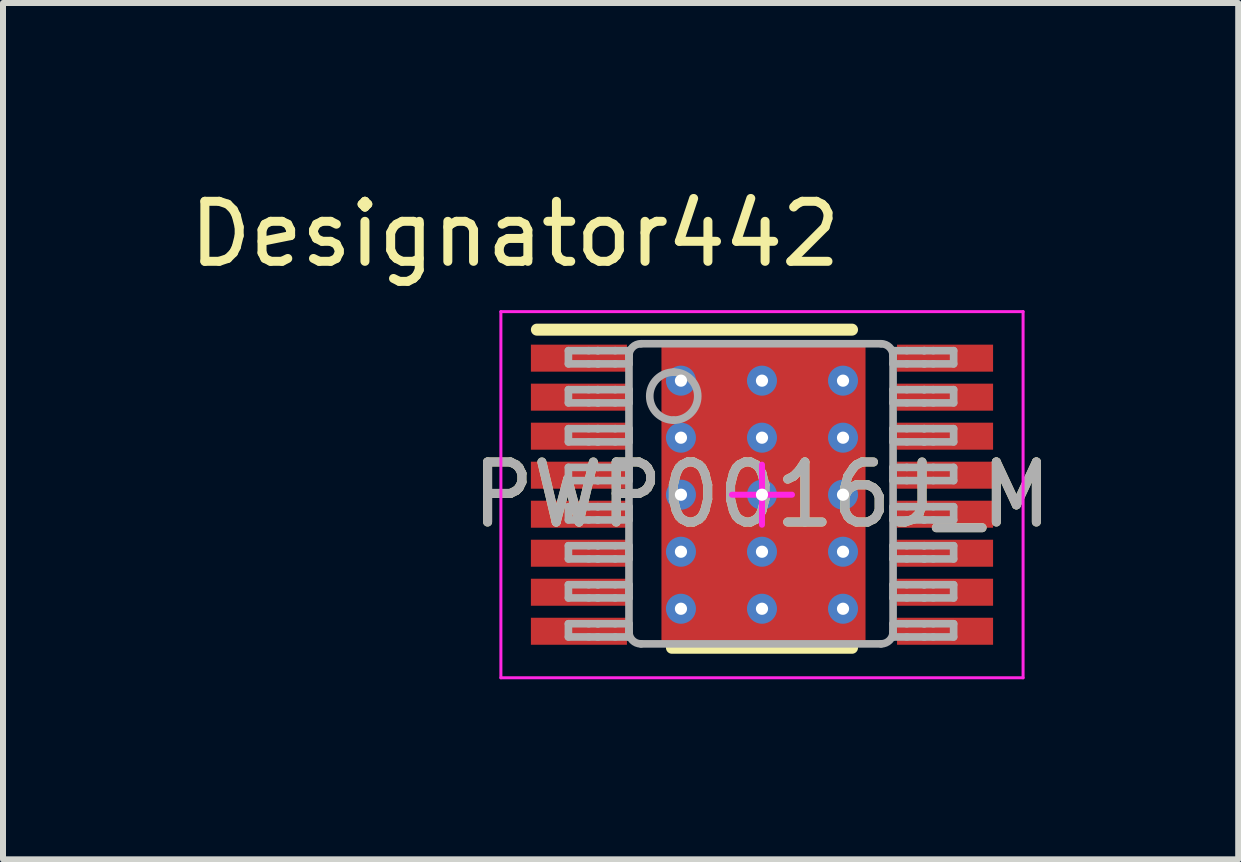
<source format=kicad_pcb>
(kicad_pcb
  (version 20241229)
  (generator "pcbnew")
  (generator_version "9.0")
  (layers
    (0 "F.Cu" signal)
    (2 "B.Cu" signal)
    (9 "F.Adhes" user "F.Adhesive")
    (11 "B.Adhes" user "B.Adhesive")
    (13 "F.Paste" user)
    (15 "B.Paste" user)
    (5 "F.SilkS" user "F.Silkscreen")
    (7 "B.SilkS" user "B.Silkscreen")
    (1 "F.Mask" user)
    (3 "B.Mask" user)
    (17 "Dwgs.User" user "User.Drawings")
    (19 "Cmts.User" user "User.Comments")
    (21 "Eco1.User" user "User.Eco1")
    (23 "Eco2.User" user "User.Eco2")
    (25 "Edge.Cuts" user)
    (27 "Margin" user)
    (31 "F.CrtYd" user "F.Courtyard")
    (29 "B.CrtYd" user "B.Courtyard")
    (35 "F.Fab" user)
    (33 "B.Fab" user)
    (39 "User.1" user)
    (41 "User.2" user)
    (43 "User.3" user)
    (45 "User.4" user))
  (footprint "PWP0016J_M"
    (layer "F.Cu")
    (at 9.645 5.192)
    (property "Reference" "PWP0016J_M" (at 0 0 0) (unlocked yes) (layer "F.SilkS") (effects (font (size 1 1) (thickness 0.15))))
    (attr smd)
    (fp_poly (pts (xy -1.23 1.726) (xy -1.23 -1.726) (xy -1.229 -1.735) (xy -1.226 -1.745) (xy -1.222 -1.753) (xy -1.216 -1.761) (xy -1.208 -1.767) (xy -1.2 -1.771) (xy -1.19 -1.774) (xy -1.181 -1.775) (xy 1.181 -1.775) (xy 1.19 -1.774) (xy 1.2 -1.771) (xy 1.208 -1.767) (xy 1.216 -1.761) (xy 1.222 -1.753) (xy 1.226 -1.745) (xy 1.229 -1.735) (xy 1.23 -1.726) (xy 1.23 1.726) (xy 1.229 1.735) (xy 1.226 1.745) (xy 1.222 1.753) (xy 1.216 1.761) (xy 1.208 1.767) (xy 1.2 1.771) (xy 1.19 1.774) (xy 1.181 1.775) (xy -1.181 1.775) (xy -1.19 1.774) (xy -1.2 1.771) (xy -1.208 1.767) (xy -1.216 1.761) (xy -1.222 1.753) (xy -1.226 1.745) (xy -1.229 1.735)) (stroke (width 0) (type solid)) (fill yes) (layer "F.Mask"))
    (fp_line (start -3.75 -2.75) (end 1.5 -2.75) (stroke (width 0.2) (type solid)) (layer "F.SilkS"))
    (fp_line (start -1.5 2.55) (end 1.5 2.55) (stroke (width 0.2) (type solid)) (layer "F.SilkS"))
    (fp_poly (pts (xy -1.23 1.726) (xy -1.23 -1.726) (xy -1.229 -1.735) (xy -1.226 -1.745) (xy -1.222 -1.753) (xy -1.216 -1.761) (xy -1.208 -1.767) (xy -1.2 -1.771) (xy -1.19 -1.774) (xy -1.181 -1.775) (xy 1.181 -1.775) (xy 1.19 -1.774) (xy 1.2 -1.771) (xy 1.208 -1.767) (xy 1.216 -1.761) (xy 1.222 -1.753) (xy 1.226 -1.745) (xy 1.229 -1.735) (xy 1.23 -1.726) (xy 1.23 1.726) (xy 1.229 1.735) (xy 1.226 1.745) (xy 1.222 1.753) (xy 1.216 1.761) (xy 1.208 1.767) (xy 1.2 1.771) (xy 1.19 1.774) (xy 1.181 1.775) (xy -1.181 1.775) (xy -1.19 1.774) (xy -1.2 1.771) (xy -1.208 1.767) (xy -1.216 1.761) (xy -1.222 1.753) (xy -1.226 1.745) (xy -1.229 1.735)) (stroke (width 0) (type solid)) (fill yes) (layer "F.Paste"))
    (fp_line (start -4.35 -3.05) (end 4.35 -3.05) (stroke (width 0.05) (type solid)) (layer "F.CrtYd"))
    (fp_line (start -4.35 3.05) (end -4.35 -3.05) (stroke (width 0.05) (type solid)) (layer "F.CrtYd"))
    (fp_line (start -4.35 3.05) (end 4.35 3.05) (stroke (width 0.05) (type solid)) (layer "F.CrtYd"))
    (fp_line (start -0.5 0) (end 0.5 0) (stroke (width 0.1) (type solid)) (layer "F.CrtYd"))
    (fp_line (start 0 0.5) (end 0 -0.5) (stroke (width 0.1) (type solid)) (layer "F.CrtYd"))
    (fp_line (start 4.35 3.05) (end 4.35 -3.05) (stroke (width 0.05) (type solid)) (layer "F.CrtYd"))
    (fp_line (start -3.225 -2.4) (end -2.887 -2.4) (stroke (width 0.127) (type solid)) (layer "F.Fab"))
    (fp_line (start -3.225 -2.18) (end -3.225 -2.4) (stroke (width 0.127) (type solid)) (layer "F.Fab"))
    (fp_line (start -3.225 -2.18) (end -2.887 -2.18) (stroke (width 0.127) (type solid)) (layer "F.Fab"))
    (fp_line (start -3.225 -1.75) (end -2.887 -1.75) (stroke (width 0.127) (type solid)) (layer "F.Fab"))
    (fp_line (start -3.225 -1.53) (end -3.225 -1.75) (stroke (width 0.127) (type solid)) (layer "F.Fab"))
    (fp_line (start -3.225 -1.53) (end -2.887 -1.53) (stroke (width 0.127) (type solid)) (layer "F.Fab"))
    (fp_line (start -3.225 -1.1) (end -2.887 -1.1) (stroke (width 0.127) (type solid)) (layer "F.Fab"))
    (fp_line (start -3.225 -0.88) (end -3.225 -1.1) (stroke (width 0.127) (type solid)) (layer "F.Fab"))
    (fp_line (start -3.225 -0.88) (end -2.887 -0.88) (stroke (width 0.127) (type solid)) (layer "F.Fab"))
    (fp_line (start -3.225 -0.455) (end -2.887 -0.455) (stroke (width 0.127) (type solid)) (layer "F.Fab"))
    (fp_line (start -3.225 -0.235) (end -3.225 -0.455) (stroke (width 0.127) (type solid)) (layer "F.Fab"))
    (fp_line (start -3.225 -0.235) (end -2.887 -0.235) (stroke (width 0.127) (type solid)) (layer "F.Fab"))
    (fp_line (start -3.225 0.2) (end -2.887 0.2) (stroke (width 0.127) (type solid)) (layer "F.Fab"))
    (fp_line (start -3.225 0.42) (end -3.225 0.2) (stroke (width 0.127) (type solid)) (layer "F.Fab"))
    (fp_line (start -3.225 0.42) (end -2.887 0.42) (stroke (width 0.127) (type solid)) (layer "F.Fab"))
    (fp_line (start -3.225 0.85) (end -2.887 0.85) (stroke (width 0.127) (type solid)) (layer "F.Fab"))
    (fp_line (start -3.225 1.07) (end -3.225 0.85) (stroke (width 0.127) (type solid)) (layer "F.Fab"))
    (fp_line (start -3.225 1.07) (end -2.887 1.07) (stroke (width 0.127) (type solid)) (layer "F.Fab"))
    (fp_line (start -3.225 1.5) (end -2.887 1.5) (stroke (width 0.127) (type solid)) (layer "F.Fab"))
    (fp_line (start -3.225 1.72) (end -3.225 1.5) (stroke (width 0.127) (type solid)) (layer "F.Fab"))
    (fp_line (start -3.225 1.72) (end -2.887 1.72) (stroke (width 0.127) (type solid)) (layer "F.Fab"))
    (fp_line (start -3.225 2.15) (end -2.887 2.15) (stroke (width 0.127) (type solid)) (layer "F.Fab"))
    (fp_line (start -3.225 2.37) (end -3.225 2.15) (stroke (width 0.127) (type solid)) (layer "F.Fab"))
    (fp_line (start -3.225 2.37) (end -2.887 2.37) (stroke (width 0.127) (type solid)) (layer "F.Fab"))
    (fp_line (start -2.887 -2.4) (end -2.739 -2.4) (stroke (width 0.127) (type solid)) (layer "F.Fab"))
    (fp_line (start -2.887 -2.18) (end -2.739 -2.18) (stroke (width 0.127) (type solid)) (layer "F.Fab"))
    (fp_line (start -2.887 -1.75) (end -2.739 -1.75) (stroke (width 0.127) (type solid)) (layer "F.Fab"))
    (fp_line (start -2.887 -1.53) (end -2.739 -1.53) (stroke (width 0.127) (type solid)) (layer "F.Fab"))
    (fp_line (start -2.887 -1.1) (end -2.739 -1.1) (stroke (width 0.127) (type solid)) (layer "F.Fab"))
    (fp_line (start -2.887 -0.88) (end -2.739 -0.88) (stroke (width 0.127) (type solid)) (layer "F.Fab"))
    (fp_line (start -2.887 -0.455) (end -2.739 -0.455) (stroke (width 0.127) (type solid)) (layer "F.Fab"))
    (fp_line (start -2.887 -0.235) (end -2.739 -0.235) (stroke (width 0.127) (type solid)) (layer "F.Fab"))
    (fp_line (start -2.887 0.2) (end -2.739 0.2) (stroke (width 0.127) (type solid)) (layer "F.Fab"))
    (fp_line (start -2.887 0.42) (end -2.739 0.42) (stroke (width 0.127) (type solid)) (layer "F.Fab"))
    (fp_line (start -2.887 0.85) (end -2.739 0.85) (stroke (width 0.127) (type solid)) (layer "F.Fab"))
    (fp_line (start -2.887 1.07) (end -2.739 1.07) (stroke (width 0.127) (type solid)) (layer "F.Fab"))
    (fp_line (start -2.887 1.5) (end -2.739 1.5) (stroke (width 0.127) (type solid)) (layer "F.Fab"))
    (fp_line (start -2.887 1.72) (end -2.739 1.72) (stroke (width 0.127) (type solid)) (layer "F.Fab"))
    (fp_line (start -2.887 2.15) (end -2.739 2.15) (stroke (width 0.127) (type solid)) (layer "F.Fab"))
    (fp_line (start -2.887 2.37) (end -2.739 2.37) (stroke (width 0.127) (type solid)) (layer "F.Fab"))
    (fp_line (start -2.739 -2.4) (end -2.73 -2.4) (stroke (width 0.127) (type solid)) (layer "F.Fab"))
    (fp_line (start -2.739 -2.18) (end -2.73 -2.18) (stroke (width 0.127) (type solid)) (layer "F.Fab"))
    (fp_line (start -2.739 -1.75) (end -2.73 -1.75) (stroke (width 0.127) (type solid)) (layer "F.Fab"))
    (fp_line (start -2.739 -1.53) (end -2.73 -1.53) (stroke (width 0.127) (type solid)) (layer "F.Fab"))
    (fp_line (start -2.739 -1.1) (end -2.73 -1.1) (stroke (width 0.127) (type solid)) (layer "F.Fab"))
    (fp_line (start -2.739 -0.88) (end -2.73 -0.88) (stroke (width 0.127) (type solid)) (layer "F.Fab"))
    (fp_line (start -2.739 -0.455) (end -2.73 -0.455) (stroke (width 0.127) (type solid)) (layer "F.Fab"))
    (fp_line (start -2.739 -0.235) (end -2.73 -0.235) (stroke (width 0.127) (type solid)) (layer "F.Fab"))
    (fp_line (start -2.739 0.2) (end -2.73 0.2) (stroke (width 0.127) (type solid)) (layer "F.Fab"))
    (fp_line (start -2.739 0.42) (end -2.73 0.42) (stroke (width 0.127) (type solid)) (layer "F.Fab"))
    (fp_line (start -2.739 0.85) (end -2.73 0.85) (stroke (width 0.127) (type solid)) (layer "F.Fab"))
    (fp_line (start -2.739 1.07) (end -2.73 1.07) (stroke (width 0.127) (type solid)) (layer "F.Fab"))
    (fp_line (start -2.739 1.5) (end -2.73 1.5) (stroke (width 0.127) (type solid)) (layer "F.Fab"))
    (fp_line (start -2.739 1.72) (end -2.73 1.72) (stroke (width 0.127) (type solid)) (layer "F.Fab"))
    (fp_line (start -2.739 2.15) (end -2.73 2.15) (stroke (width 0.127) (type solid)) (layer "F.Fab"))
    (fp_line (start -2.739 2.37) (end -2.73 2.37) (stroke (width 0.127) (type solid)) (layer "F.Fab"))
    (fp_line (start -2.73 -2.4) (end -2.446 -2.4) (stroke (width 0.127) (type solid)) (layer "F.Fab"))
    (fp_line (start -2.73 -2.18) (end -2.446 -2.18) (stroke (width 0.127) (type solid)) (layer "F.Fab"))
    (fp_line (start -2.73 -1.75) (end -2.446 -1.75) (stroke (width 0.127) (type solid)) (layer "F.Fab"))
    (fp_line (start -2.73 -1.53) (end -2.446 -1.53) (stroke (width 0.127) (type solid)) (layer "F.Fab"))
    (fp_line (start -2.73 -1.1) (end -2.446 -1.1) (stroke (width 0.127) (type solid)) (layer "F.Fab"))
    (fp_line (start -2.73 -0.88) (end -2.446 -0.88) (stroke (width 0.127) (type solid)) (layer "F.Fab"))
    (fp_line (start -2.73 -0.455) (end -2.446 -0.455) (stroke (width 0.127) (type solid)) (layer "F.Fab"))
    (fp_line (start -2.73 -0.235) (end -2.446 -0.235) (stroke (width 0.127) (type solid)) (layer "F.Fab"))
    (fp_line (start -2.73 0.2) (end -2.446 0.2) (stroke (width 0.127) (type solid)) (layer "F.Fab"))
    (fp_line (start -2.73 0.42) (end -2.446 0.42) (stroke (width 0.127) (type solid)) (layer "F.Fab"))
    (fp_line (start -2.73 0.85) (end -2.446 0.85) (stroke (width 0.127) (type solid)) (layer "F.Fab"))
    (fp_line (start -2.73 1.07) (end -2.446 1.07) (stroke (width 0.127) (type solid)) (layer "F.Fab"))
    (fp_line (start -2.73 1.5) (end -2.446 1.5) (stroke (width 0.127) (type solid)) (layer "F.Fab"))
    (fp_line (start -2.73 1.72) (end -2.446 1.72) (stroke (width 0.127) (type solid)) (layer "F.Fab"))
    (fp_line (start -2.73 2.15) (end -2.446 2.15) (stroke (width 0.127) (type solid)) (layer "F.Fab"))
    (fp_line (start -2.73 2.37) (end -2.446 2.37) (stroke (width 0.127) (type solid)) (layer "F.Fab"))
    (fp_line (start -2.446 -2.4) (end -2.216 -2.4) (stroke (width 0.127) (type solid)) (layer "F.Fab"))
    (fp_line (start -2.446 -2.18) (end -2.216 -2.18) (stroke (width 0.127) (type solid)) (layer "F.Fab"))
    (fp_line (start -2.446 -1.75) (end -2.216 -1.75) (stroke (width 0.127) (type solid)) (layer "F.Fab"))
    (fp_line (start -2.446 -1.53) (end -2.216 -1.53) (stroke (width 0.127) (type solid)) (layer "F.Fab"))
    (fp_line (start -2.446 -1.1) (end -2.216 -1.1) (stroke (width 0.127) (type solid)) (layer "F.Fab"))
    (fp_line (start -2.446 -0.88) (end -2.216 -0.88) (stroke (width 0.127) (type solid)) (layer "F.Fab"))
    (fp_line (start -2.446 -0.455) (end -2.216 -0.455) (stroke (width 0.127) (type solid)) (layer "F.Fab"))
    (fp_line (start -2.446 -0.235) (end -2.216 -0.235) (stroke (width 0.127) (type solid)) (layer "F.Fab"))
    (fp_line (start -2.446 0.2) (end -2.216 0.2) (stroke (width 0.127) (type solid)) (layer "F.Fab"))
    (fp_line (start -2.446 0.42) (end -2.216 0.42) (stroke (width 0.127) (type solid)) (layer "F.Fab"))
    (fp_line (start -2.446 0.85) (end -2.216 0.85) (stroke (width 0.127) (type solid)) (layer "F.Fab"))
    (fp_line (start -2.446 1.07) (end -2.216 1.07) (stroke (width 0.127) (type solid)) (layer "F.Fab"))
    (fp_line (start -2.446 1.5) (end -2.216 1.5) (stroke (width 0.127) (type solid)) (layer "F.Fab"))
    (fp_line (start -2.446 1.72) (end -2.216 1.72) (stroke (width 0.127) (type solid)) (layer "F.Fab"))
    (fp_line (start -2.446 2.15) (end -2.216 2.15) (stroke (width 0.127) (type solid)) (layer "F.Fab"))
    (fp_line (start -2.446 2.37) (end -2.216 2.37) (stroke (width 0.127) (type solid)) (layer "F.Fab"))
    (fp_line (start -2.216 -2.18) (end -2.216 -2.4) (stroke (width 0.127) (type solid)) (layer "F.Fab"))
    (fp_line (start -2.216 -1.53) (end -2.216 -1.75) (stroke (width 0.127) (type solid)) (layer "F.Fab"))
    (fp_line (start -2.216 -0.88) (end -2.216 -1.1) (stroke (width 0.127) (type solid)) (layer "F.Fab"))
    (fp_line (start -2.216 -0.235) (end -2.216 -0.455) (stroke (width 0.127) (type solid)) (layer "F.Fab"))
    (fp_line (start -2.216 0.42) (end -2.216 0.2) (stroke (width 0.127) (type solid)) (layer "F.Fab"))
    (fp_line (start -2.216 1.07) (end -2.216 0.85) (stroke (width 0.127) (type solid)) (layer "F.Fab"))
    (fp_line (start -2.216 1.72) (end -2.216 1.5) (stroke (width 0.127) (type solid)) (layer "F.Fab"))
    (fp_line (start -2.216 2.285) (end -2.216 -2.315) (stroke (width 0.127) (type solid)) (layer "F.Fab"))
    (fp_line (start -2.216 2.37) (end -2.216 2.15) (stroke (width 0.127) (type solid)) (layer "F.Fab"))
    (fp_line (start -2.016 -2.515) (end 1.984 -2.515) (stroke (width 0.127) (type solid)) (layer "F.Fab"))
    (fp_line (start -2.016 2.485) (end 1.984 2.485) (stroke (width 0.127) (type solid)) (layer "F.Fab"))
    (fp_line (start 2.184 -2.4) (end 2.413 -2.4) (stroke (width 0.127) (type solid)) (layer "F.Fab"))
    (fp_line (start 2.184 -2.18) (end 2.184 -2.4) (stroke (width 0.127) (type solid)) (layer "F.Fab"))
    (fp_line (start 2.184 -2.18) (end 2.413 -2.18) (stroke (width 0.127) (type solid)) (layer "F.Fab"))
    (fp_line (start 2.184 -1.75) (end 2.413 -1.75) (stroke (width 0.127) (type solid)) (layer "F.Fab"))
    (fp_line (start 2.184 -1.53) (end 2.184 -1.75) (stroke (width 0.127) (type solid)) (layer "F.Fab"))
    (fp_line (start 2.184 -1.53) (end 2.413 -1.53) (stroke (width 0.127) (type solid)) (layer "F.Fab"))
    (fp_line (start 2.184 -1.1) (end 2.413 -1.1) (stroke (width 0.127) (type solid)) (layer "F.Fab"))
    (fp_line (start 2.184 -0.88) (end 2.184 -1.1) (stroke (width 0.127) (type solid)) (layer "F.Fab"))
    (fp_line (start 2.184 -0.88) (end 2.413 -0.88) (stroke (width 0.127) (type solid)) (layer "F.Fab"))
    (fp_line (start 2.184 -0.455) (end 2.413 -0.455) (stroke (width 0.127) (type solid)) (layer "F.Fab"))
    (fp_line (start 2.184 -0.235) (end 2.184 -0.455) (stroke (width 0.127) (type solid)) (layer "F.Fab"))
    (fp_line (start 2.184 -0.235) (end 2.413 -0.235) (stroke (width 0.127) (type solid)) (layer "F.Fab"))
    (fp_line (start 2.184 0.2) (end 2.413 0.2) (stroke (width 0.127) (type solid)) (layer "F.Fab"))
    (fp_line (start 2.184 0.42) (end 2.184 0.2) (stroke (width 0.127) (type solid)) (layer "F.Fab"))
    (fp_line (start 2.184 0.42) (end 2.413 0.42) (stroke (width 0.127) (type solid)) (layer "F.Fab"))
    (fp_line (start 2.184 0.85) (end 2.413 0.85) (stroke (width 0.127) (type solid)) (layer "F.Fab"))
    (fp_line (start 2.184 1.07) (end 2.184 0.85) (stroke (width 0.127) (type solid)) (layer "F.Fab"))
    (fp_line (start 2.184 1.07) (end 2.413 1.07) (stroke (width 0.127) (type solid)) (layer "F.Fab"))
    (fp_line (start 2.184 1.5) (end 2.413 1.5) (stroke (width 0.127) (type solid)) (layer "F.Fab"))
    (fp_line (start 2.184 1.72) (end 2.184 1.5) (stroke (width 0.127) (type solid)) (layer "F.Fab"))
    (fp_line (start 2.184 1.72) (end 2.413 1.72) (stroke (width 0.127) (type solid)) (layer "F.Fab"))
    (fp_line (start 2.184 2.15) (end 2.413 2.15) (stroke (width 0.127) (type solid)) (layer "F.Fab"))
    (fp_line (start 2.184 2.285) (end 2.184 -2.315) (stroke (width 0.127) (type solid)) (layer "F.Fab"))
    (fp_line (start 2.184 2.37) (end 2.184 2.15) (stroke (width 0.127) (type solid)) (layer "F.Fab"))
    (fp_line (start 2.184 2.37) (end 2.413 2.37) (stroke (width 0.127) (type solid)) (layer "F.Fab"))
    (fp_line (start 2.413 -2.4) (end 2.698 -2.4) (stroke (width 0.127) (type solid)) (layer "F.Fab"))
    (fp_line (start 2.413 -2.18) (end 2.698 -2.18) (stroke (width 0.127) (type solid)) (layer "F.Fab"))
    (fp_line (start 2.413 -1.75) (end 2.698 -1.75) (stroke (width 0.127) (type solid)) (layer "F.Fab"))
    (fp_line (start 2.413 -1.53) (end 2.698 -1.53) (stroke (width 0.127) (type solid)) (layer "F.Fab"))
    (fp_line (start 2.413 -1.1) (end 2.698 -1.1) (stroke (width 0.127) (type solid)) (layer "F.Fab"))
    (fp_line (start 2.413 -0.88) (end 2.698 -0.88) (stroke (width 0.127) (type solid)) (layer "F.Fab"))
    (fp_line (start 2.413 -0.455) (end 2.698 -0.455) (stroke (width 0.127) (type solid)) (layer "F.Fab"))
    (fp_line (start 2.413 -0.235) (end 2.698 -0.235) (stroke (width 0.127) (type solid)) (layer "F.Fab"))
    (fp_line (start 2.413 0.2) (end 2.698 0.2) (stroke (width 0.127) (type solid)) (layer "F.Fab"))
    (fp_line (start 2.413 0.42) (end 2.698 0.42) (stroke (width 0.127) (type solid)) (layer "F.Fab"))
    (fp_line (start 2.413 0.85) (end 2.698 0.85) (stroke (width 0.127) (type solid)) (layer "F.Fab"))
    (fp_line (start 2.413 1.07) (end 2.698 1.07) (stroke (width 0.127) (type solid)) (layer "F.Fab"))
    (fp_line (start 2.413 1.5) (end 2.698 1.5) (stroke (width 0.127) (type solid)) (layer "F.Fab"))
    (fp_line (start 2.413 1.72) (end 2.698 1.72) (stroke (width 0.127) (type solid)) (layer "F.Fab"))
    (fp_line (start 2.413 2.15) (end 2.698 2.15) (stroke (width 0.127) (type solid)) (layer "F.Fab"))
    (fp_line (start 2.413 2.37) (end 2.698 2.37) (stroke (width 0.127) (type solid)) (layer "F.Fab"))
    (fp_line (start 2.698 -2.4) (end 2.707 -2.4) (stroke (width 0.127) (type solid)) (layer "F.Fab"))
    (fp_line (start 2.698 -2.18) (end 2.707 -2.18) (stroke (width 0.127) (type solid)) (layer "F.Fab"))
    (fp_line (start 2.698 -1.75) (end 2.707 -1.75) (stroke (width 0.127) (type solid)) (layer "F.Fab"))
    (fp_line (start 2.698 -1.53) (end 2.707 -1.53) (stroke (width 0.127) (type solid)) (layer "F.Fab"))
    (fp_line (start 2.698 -1.1) (end 2.707 -1.1) (stroke (width 0.127) (type solid)) (layer "F.Fab"))
    (fp_line (start 2.698 -0.88) (end 2.707 -0.88) (stroke (width 0.127) (type solid)) (layer "F.Fab"))
    (fp_line (start 2.698 -0.455) (end 2.707 -0.455) (stroke (width 0.127) (type solid)) (layer "F.Fab"))
    (fp_line (start 2.698 -0.235) (end 2.707 -0.235) (stroke (width 0.127) (type solid)) (layer "F.Fab"))
    (fp_line (start 2.698 0.2) (end 2.707 0.2) (stroke (width 0.127) (type solid)) (layer "F.Fab"))
    (fp_line (start 2.698 0.42) (end 2.707 0.42) (stroke (width 0.127) (type solid)) (layer "F.Fab"))
    (fp_line (start 2.698 0.85) (end 2.707 0.85) (stroke (width 0.127) (type solid)) (layer "F.Fab"))
    (fp_line (start 2.698 1.07) (end 2.707 1.07) (stroke (width 0.127) (type solid)) (layer "F.Fab"))
    (fp_line (start 2.698 1.5) (end 2.707 1.5) (stroke (width 0.127) (type solid)) (layer "F.Fab"))
    (fp_line (start 2.698 1.72) (end 2.707 1.72) (stroke (width 0.127) (type solid)) (layer "F.Fab"))
    (fp_line (start 2.698 2.15) (end 2.707 2.15) (stroke (width 0.127) (type solid)) (layer "F.Fab"))
    (fp_line (start 2.698 2.37) (end 2.707 2.37) (stroke (width 0.127) (type solid)) (layer "F.Fab"))
    (fp_line (start 2.707 -2.4) (end 2.854 -2.4) (stroke (width 0.127) (type solid)) (layer "F.Fab"))
    (fp_line (start 2.707 -2.18) (end 2.854 -2.18) (stroke (width 0.127) (type solid)) (layer "F.Fab"))
    (fp_line (start 2.707 -1.75) (end 2.854 -1.75) (stroke (width 0.127) (type solid)) (layer "F.Fab"))
    (fp_line (start 2.707 -1.53) (end 2.854 -1.53) (stroke (width 0.127) (type solid)) (layer "F.Fab"))
    (fp_line (start 2.707 -1.1) (end 2.854 -1.1) (stroke (width 0.127) (type solid)) (layer "F.Fab"))
    (fp_line (start 2.707 -0.88) (end 2.854 -0.88) (stroke (width 0.127) (type solid)) (layer "F.Fab"))
    (fp_line (start 2.707 -0.455) (end 2.854 -0.455) (stroke (width 0.127) (type solid)) (layer "F.Fab"))
    (fp_line (start 2.707 -0.235) (end 2.854 -0.235) (stroke (width 0.127) (type solid)) (layer "F.Fab"))
    (fp_line (start 2.707 0.2) (end 2.854 0.2) (stroke (width 0.127) (type solid)) (layer "F.Fab"))
    (fp_line (start 2.707 0.42) (end 2.854 0.42) (stroke (width 0.127) (type solid)) (layer "F.Fab"))
    (fp_line (start 2.707 0.85) (end 2.854 0.85) (stroke (width 0.127) (type solid)) (layer "F.Fab"))
    (fp_line (start 2.707 1.07) (end 2.854 1.07) (stroke (width 0.127) (type solid)) (layer "F.Fab"))
    (fp_line (start 2.707 1.5) (end 2.854 1.5) (stroke (width 0.127) (type solid)) (layer "F.Fab"))
    (fp_line (start 2.707 1.72) (end 2.854 1.72) (stroke (width 0.127) (type solid)) (layer "F.Fab"))
    (fp_line (start 2.707 2.15) (end 2.854 2.15) (stroke (width 0.127) (type solid)) (layer "F.Fab"))
    (fp_line (start 2.707 2.37) (end 2.854 2.37) (stroke (width 0.127) (type solid)) (layer "F.Fab"))
    (fp_line (start 2.854 -2.4) (end 3.193 -2.4) (stroke (width 0.127) (type solid)) (layer "F.Fab"))
    (fp_line (start 2.854 -2.18) (end 3.193 -2.18) (stroke (width 0.127) (type solid)) (layer "F.Fab"))
    (fp_line (start 2.854 -1.75) (end 3.193 -1.75) (stroke (width 0.127) (type solid)) (layer "F.Fab"))
    (fp_line (start 2.854 -1.53) (end 3.193 -1.53) (stroke (width 0.127) (type solid)) (layer "F.Fab"))
    (fp_line (start 2.854 -1.1) (end 3.193 -1.1) (stroke (width 0.127) (type solid)) (layer "F.Fab"))
    (fp_line (start 2.854 -0.88) (end 3.193 -0.88) (stroke (width 0.127) (type solid)) (layer "F.Fab"))
    (fp_line (start 2.854 -0.455) (end 3.193 -0.455) (stroke (width 0.127) (type solid)) (layer "F.Fab"))
    (fp_line (start 2.854 -0.235) (end 3.193 -0.235) (stroke (width 0.127) (type solid)) (layer "F.Fab"))
    (fp_line (start 2.854 0.2) (end 3.193 0.2) (stroke (width 0.127) (type solid)) (layer "F.Fab"))
    (fp_line (start 2.854 0.42) (end 3.193 0.42) (stroke (width 0.127) (type solid)) (layer "F.Fab"))
    (fp_line (start 2.854 0.85) (end 3.193 0.85) (stroke (width 0.127) (type solid)) (layer "F.Fab"))
    (fp_line (start 2.854 1.07) (end 3.193 1.07) (stroke (width 0.127) (type solid)) (layer "F.Fab"))
    (fp_line (start 2.854 1.5) (end 3.193 1.5) (stroke (width 0.127) (type solid)) (layer "F.Fab"))
    (fp_line (start 2.854 1.72) (end 3.193 1.72) (stroke (width 0.127) (type solid)) (layer "F.Fab"))
    (fp_line (start 2.854 2.15) (end 3.193 2.15) (stroke (width 0.127) (type solid)) (layer "F.Fab"))
    (fp_line (start 2.854 2.37) (end 3.193 2.37) (stroke (width 0.127) (type solid)) (layer "F.Fab"))
    (fp_line (start 3.193 -2.18) (end 3.193 -2.4) (stroke (width 0.127) (type solid)) (layer "F.Fab"))
    (fp_line (start 3.193 -1.53) (end 3.193 -1.75) (stroke (width 0.127) (type solid)) (layer "F.Fab"))
    (fp_line (start 3.193 -0.88) (end 3.193 -1.1) (stroke (width 0.127) (type solid)) (layer "F.Fab"))
    (fp_line (start 3.193 -0.235) (end 3.193 -0.455) (stroke (width 0.127) (type solid)) (layer "F.Fab"))
    (fp_line (start 3.193 0.42) (end 3.193 0.2) (stroke (width 0.127) (type solid)) (layer "F.Fab"))
    (fp_line (start 3.193 1.07) (end 3.193 0.85) (stroke (width 0.127) (type solid)) (layer "F.Fab"))
    (fp_line (start 3.193 1.72) (end 3.193 1.5) (stroke (width 0.127) (type solid)) (layer "F.Fab"))
    (fp_line (start 3.193 2.37) (end 3.193 2.15) (stroke (width 0.127) (type solid)) (layer "F.Fab"))
    (fp_arc (start -2.216137 -2.314986) (mid -2.157559 -2.456407) (end -2.016138 -2.514986) (stroke (width 0.127) (type solid)) (layer "F.Fab"))
    (fp_arc (start -2.016137 2.485004) (mid -2.157559 2.426426) (end -2.216137 2.285004) (stroke (width 0.127) (type solid)) (layer "F.Fab"))
    (fp_arc (start -1.470139 -2.041987) (mid -1.07014 -1.641988) (end -1.470139 -1.241989) (stroke (width 0.127) (type solid)) (layer "F.Fab"))
    (fp_arc (start -1.470139 -1.241989) (mid -1.870139 -1.641988) (end -1.470139 -2.041987) (stroke (width 0.127) (type solid)) (layer "F.Fab"))
    (fp_arc (start 1.983854 -2.514986) (mid 2.125275 -2.456408) (end 2.183854 -2.314986) (stroke (width 0.127) (type solid)) (layer "F.Fab"))
    (fp_arc (start 2.183854 2.285004) (mid 2.125275 2.426425) (end 1.983854 2.485004) (stroke (width 0.127) (type solid)) (layer "F.Fab"))
    (fp_text user "Designator442" (at -4.115 -4.343 0) (unlocked yes) (layer "F.SilkS") (effects (font (size 1 1) (thickness 0.15))))
    (fp_text user "${REFERENCE}" (at 0 0 0) (unlocked yes) (layer "F.Fab") (effects (font (size 1 1) (thickness 0.15))))
    (pad "1" smd rect (at -3.05 -2.275 90) (size 0.45 1.6) (layers "F.Cu" "F.Mask" "F.Paste"))
    (pad "2" smd rect (at -3.05 -1.625 90) (size 0.45 1.6) (layers "F.Cu" "F.Mask" "F.Paste"))
    (pad "3" smd rect (at -3.05 -0.975 90) (size 0.45 1.6) (layers "F.Cu" "F.Mask" "F.Paste"))
    (pad "4" smd rect (at -3.05 -0.325 90) (size 0.45 1.6) (layers "F.Cu" "F.Mask" "F.Paste"))
    (pad "5" smd rect (at -3.05 0.325 90) (size 0.45 1.6) (layers "F.Cu" "F.Mask" "F.Paste"))
    (pad "6" smd rect (at -3.05 0.975 90) (size 0.45 1.6) (layers "F.Cu" "F.Mask" "F.Paste"))
    (pad "7" smd rect (at -3.05 1.625 90) (size 0.45 1.6) (layers "F.Cu" "F.Mask" "F.Paste"))
    (pad "8" smd rect (at -3.05 2.275 90) (size 0.45 1.6) (layers "F.Cu" "F.Mask" "F.Paste"))
    (pad "9" smd rect (at 3.05 2.275 90) (size 0.45 1.6) (layers "F.Cu" "F.Mask" "F.Paste"))
    (pad "10" smd rect (at 3.05 1.625 90) (size 0.45 1.6) (layers "F.Cu" "F.Mask" "F.Paste"))
    (pad "11" smd rect (at 3.05 0.975 90) (size 0.45 1.6) (layers "F.Cu" "F.Mask" "F.Paste"))
    (pad "12" smd rect (at 3.05 0.325 90) (size 0.45 1.6) (layers "F.Cu" "F.Mask" "F.Paste"))
    (pad "13" smd rect (at 3.05 -0.325 90) (size 0.45 1.6) (layers "F.Cu" "F.Mask" "F.Paste"))
    (pad "14" smd rect (at 3.05 -0.975 90) (size 0.45 1.6) (layers "F.Cu" "F.Mask" "F.Paste"))
    (pad "15" smd rect (at 3.05 -1.625 90) (size 0.45 1.6) (layers "F.Cu" "F.Mask" "F.Paste"))
    (pad "16" smd rect (at 3.05 -2.275 90) (size 0.45 1.6) (layers "F.Cu" "F.Mask" "F.Paste"))
    (pad "17" smd rect (at 0.025 0) (size 3.4 5) (layers "F.Cu" "F.Mask" "F.Paste"))
    (pad "18" thru_hole circle (at 0 0) (size 0.5 0.5) (drill 0.203) (layers "*.Cu" "*.Mask"))
    (pad "19" thru_hole circle (at 0 0.95) (size 0.5 0.5) (drill 0.203) (layers "*.Cu" "*.Mask"))
    (pad "20" thru_hole circle (at 0 -0.95) (size 0.5 0.5) (drill 0.203) (layers "*.Cu" "*.Mask"))
    (pad "21" thru_hole circle (at 0 -1.9) (size 0.5 0.5) (drill 0.203) (layers "*.Cu" "*.Mask"))
    (pad "22" thru_hole circle (at 0 1.9) (size 0.5 0.5) (drill 0.203) (layers "*.Cu" "*.Mask"))
    (pad "23" thru_hole circle (at 1.35 1.9) (size 0.5 0.5) (drill 0.203) (layers "*.Cu" "*.Mask"))
    (pad "24" thru_hole circle (at 1.35 -1.9) (size 0.5 0.5) (drill 0.203) (layers "*.Cu" "*.Mask"))
    (pad "25" thru_hole circle (at 1.35 -0.95) (size 0.5 0.5) (drill 0.203) (layers "*.Cu" "*.Mask"))
    (pad "26" thru_hole circle (at 1.35 0.95) (size 0.5 0.5) (drill 0.203) (layers "*.Cu" "*.Mask"))
    (pad "27" thru_hole circle (at 1.35 0) (size 0.5 0.5) (drill 0.203) (layers "*.Cu" "*.Mask"))
    (pad "28" thru_hole circle (at -1.35 0) (size 0.5 0.5) (drill 0.203) (layers "*.Cu" "*.Mask"))
    (pad "29" thru_hole circle (at -1.35 0.95) (size 0.5 0.5) (drill 0.203) (layers "*.Cu" "*.Mask"))
    (pad "30" thru_hole circle (at -1.35 -0.95) (size 0.5 0.5) (drill 0.203) (layers "*.Cu" "*.Mask"))
    (pad "31" thru_hole circle (at -1.35 -1.9) (size 0.5 0.5) (drill 0.203) (layers "*.Cu" "*.Mask"))
    (pad "32" thru_hole circle (at -1.35 1.9) (size 0.5 0.5) (drill 0.203) (layers "*.Cu" "*.Mask")))
  (gr_rect
    (start -3 -3)
    (end 17.579 11.267)
    (stroke (width 0.1) (type default))
    (fill no)
    (layer "Edge.Cuts")))
</source>
